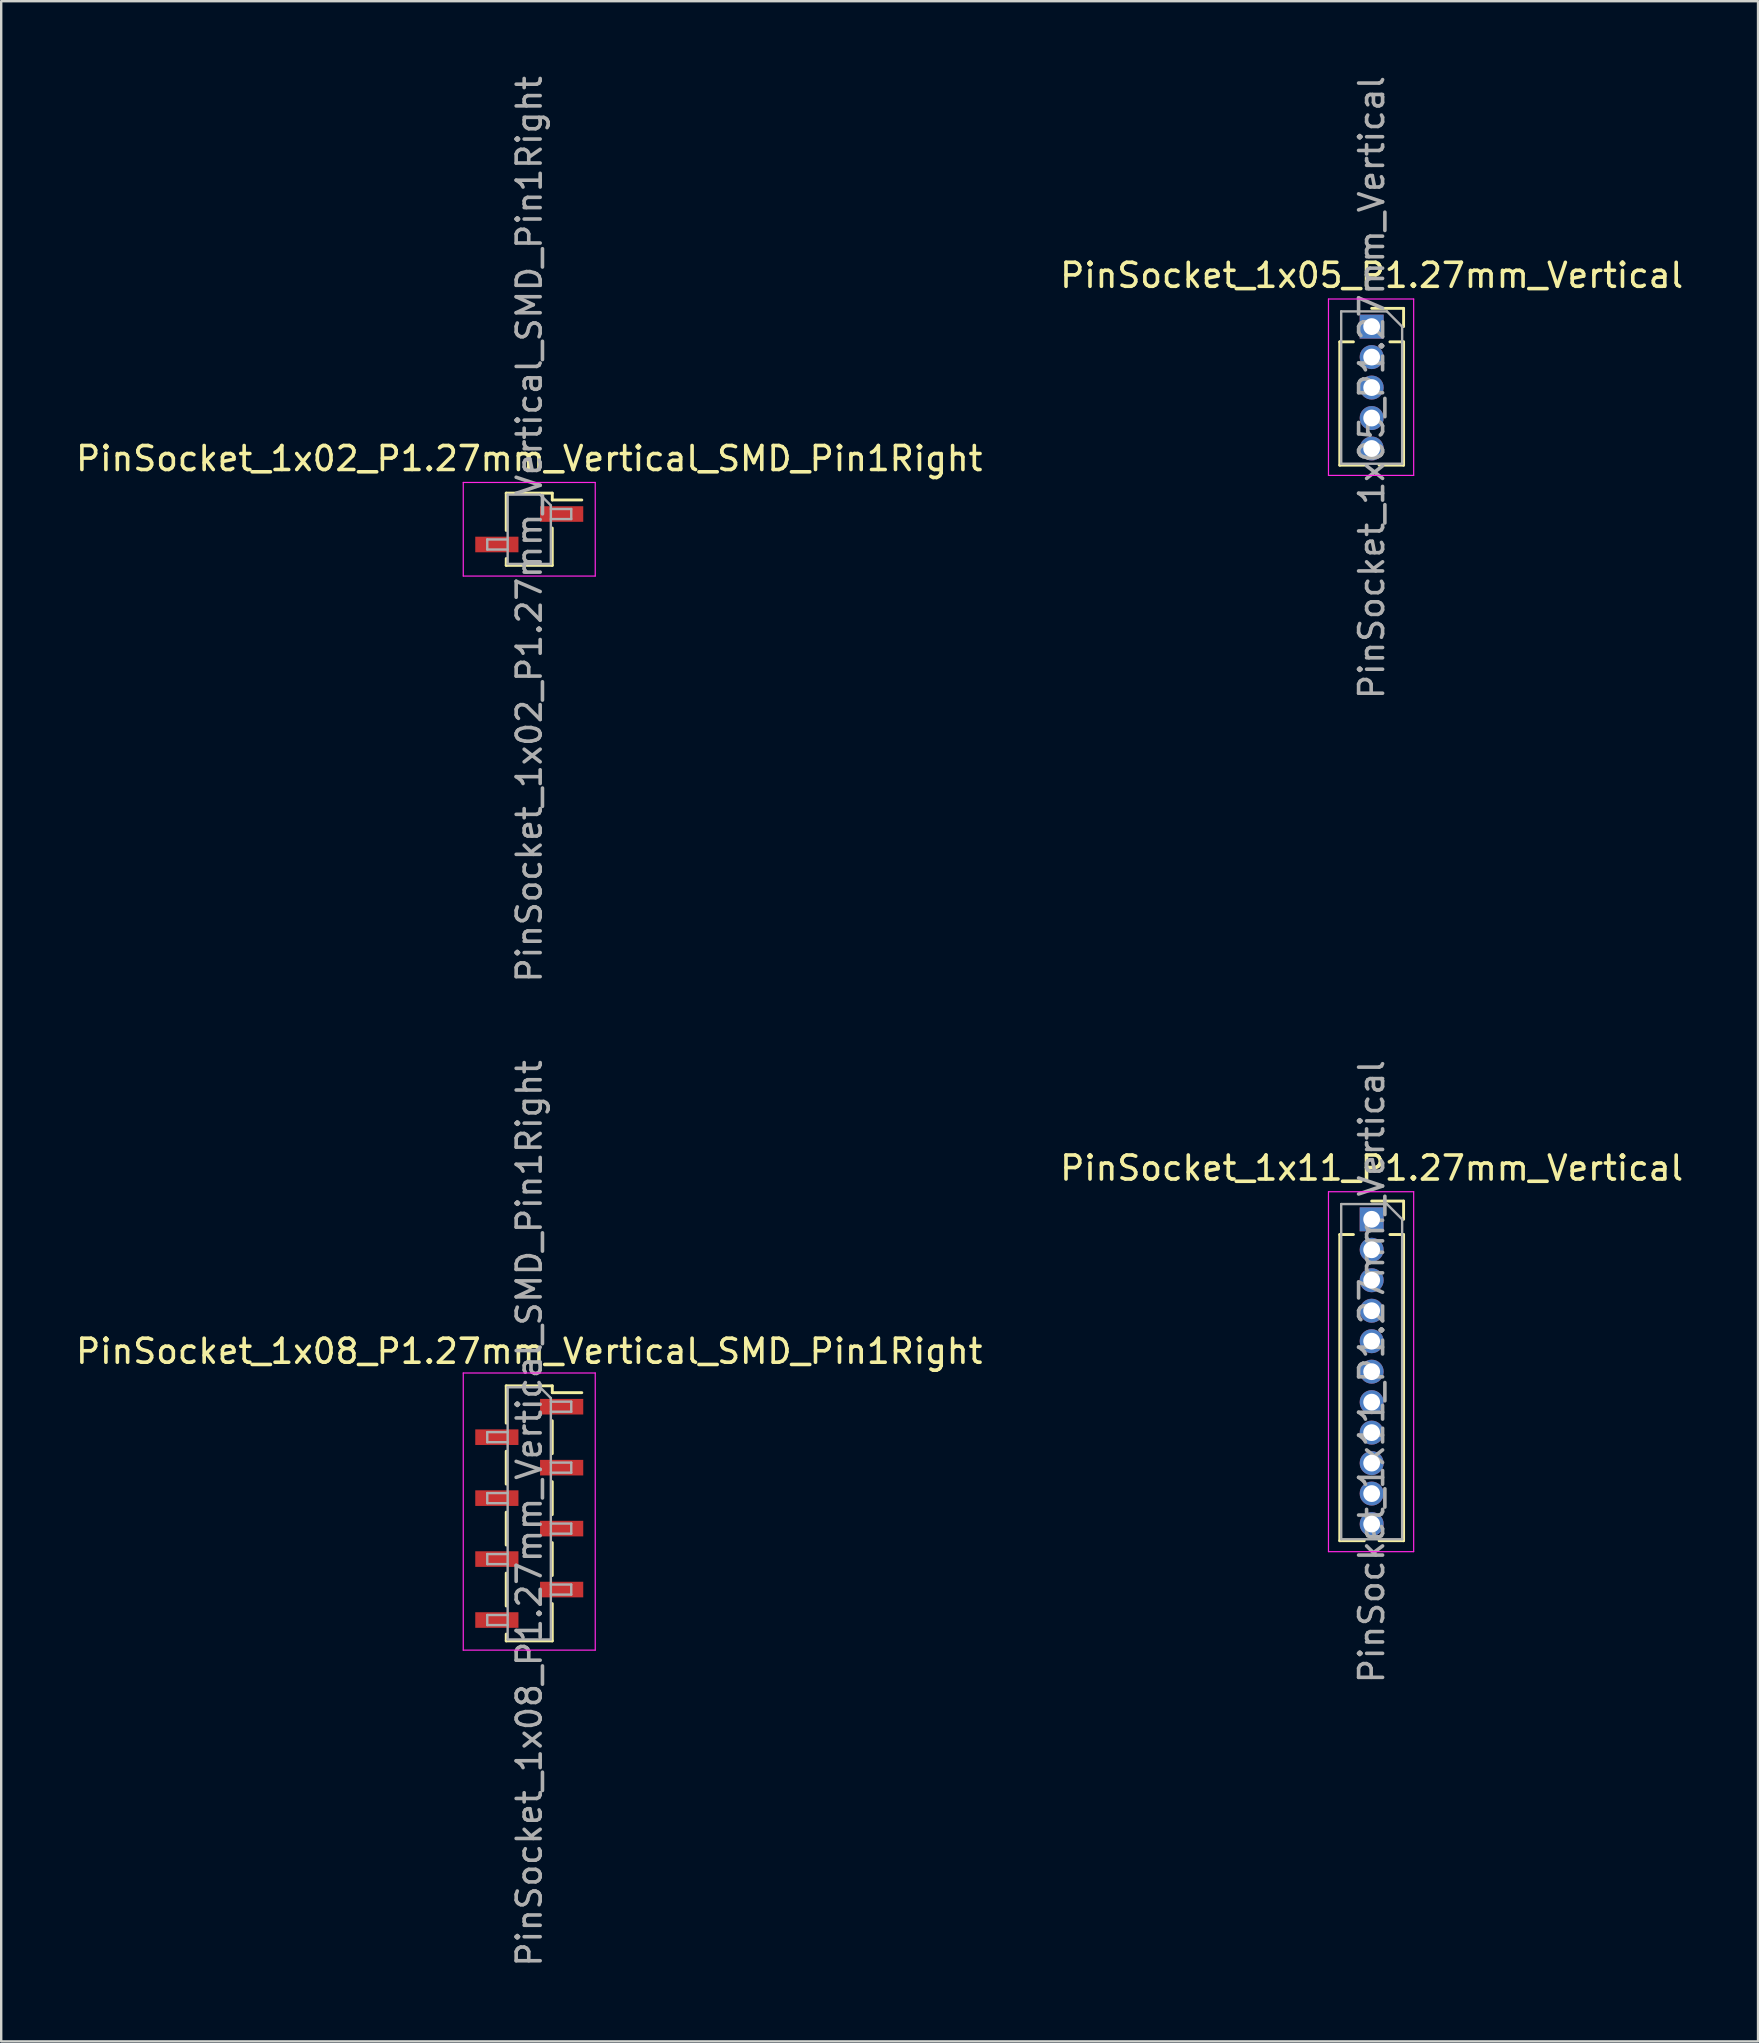
<source format=kicad_pcb>
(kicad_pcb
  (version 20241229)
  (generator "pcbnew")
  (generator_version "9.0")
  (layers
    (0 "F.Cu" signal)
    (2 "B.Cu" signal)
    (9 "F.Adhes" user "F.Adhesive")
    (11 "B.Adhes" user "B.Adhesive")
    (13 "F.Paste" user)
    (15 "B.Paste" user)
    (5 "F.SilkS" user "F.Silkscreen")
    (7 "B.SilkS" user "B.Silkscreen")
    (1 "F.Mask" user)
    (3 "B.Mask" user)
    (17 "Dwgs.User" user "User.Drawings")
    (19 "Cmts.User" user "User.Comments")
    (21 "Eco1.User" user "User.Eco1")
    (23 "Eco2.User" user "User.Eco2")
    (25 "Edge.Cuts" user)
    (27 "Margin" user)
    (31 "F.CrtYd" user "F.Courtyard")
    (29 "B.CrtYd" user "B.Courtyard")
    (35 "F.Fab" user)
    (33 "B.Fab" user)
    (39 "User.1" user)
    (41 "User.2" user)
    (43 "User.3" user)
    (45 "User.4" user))
  (footprint "PinSocket_1x11_P1.27mm_Vertical"
    (layer "F.Cu")
    (at 54.113 47.763)
    (property "Reference" "PinSocket_1x11_P1.27mm_Vertical" (at 0 -2.135 0) (layer "F.SilkS") (effects (font (size 1 1) (thickness 0.15))))
    (attr through_hole)
    (fp_line (start -1.33 0.635) (end -1.33 13.395) (stroke (width 0.12) (type solid)) (layer "F.SilkS"))
    (fp_line (start -1.33 0.635) (end -0.76 0.635) (stroke (width 0.12) (type solid)) (layer "F.SilkS"))
    (fp_line (start -1.33 13.395) (end -0.308 13.395) (stroke (width 0.12) (type solid)) (layer "F.SilkS"))
    (fp_line (start 0 -0.76) (end 1.33 -0.76) (stroke (width 0.12) (type solid)) (layer "F.SilkS"))
    (fp_line (start 0.308 13.395) (end 1.33 13.395) (stroke (width 0.12) (type solid)) (layer "F.SilkS"))
    (fp_line (start 0.76 0.635) (end 1.33 0.635) (stroke (width 0.12) (type solid)) (layer "F.SilkS"))
    (fp_line (start 1.33 -0.76) (end 1.33 0) (stroke (width 0.12) (type solid)) (layer "F.SilkS"))
    (fp_line (start 1.33 0.635) (end 1.33 13.395) (stroke (width 0.12) (type solid)) (layer "F.SilkS"))
    (fp_line (start -1.8 -1.15) (end 1.75 -1.15) (stroke (width 0.05) (type solid)) (layer "F.CrtYd"))
    (fp_line (start -1.8 13.85) (end -1.8 -1.15) (stroke (width 0.05) (type solid)) (layer "F.CrtYd"))
    (fp_line (start 1.75 -1.15) (end 1.75 13.85) (stroke (width 0.05) (type solid)) (layer "F.CrtYd"))
    (fp_line (start 1.75 13.85) (end -1.8 13.85) (stroke (width 0.05) (type solid)) (layer "F.CrtYd"))
    (fp_line (start -1.27 -0.635) (end 0.635 -0.635) (stroke (width 0.1) (type solid)) (layer "F.Fab"))
    (fp_line (start -1.27 13.335) (end -1.27 -0.635) (stroke (width 0.1) (type solid)) (layer "F.Fab"))
    (fp_line (start 0.635 -0.635) (end 1.27 0) (stroke (width 0.1) (type solid)) (layer "F.Fab"))
    (fp_line (start 1.27 0) (end 1.27 13.335) (stroke (width 0.1) (type solid)) (layer "F.Fab"))
    (fp_line (start 1.27 13.335) (end -1.27 13.335) (stroke (width 0.1) (type solid)) (layer "F.Fab"))
    (fp_text user "${REFERENCE}" (at 0 6.35 90) (layer "F.Fab") (effects (font (size 1 1) (thickness 0.15))))
    (pad "1" thru_hole rect (at 0 0) (size 1 1) (drill 0.7) (layers "*.Cu" "*.Mask"))
    (pad "2" thru_hole oval (at 0 1.27) (size 1 1) (drill 0.7) (layers "*.Cu" "*.Mask"))
    (pad "3" thru_hole oval (at 0 2.54) (size 1 1) (drill 0.7) (layers "*.Cu" "*.Mask"))
    (pad "4" thru_hole oval (at 0 3.81) (size 1 1) (drill 0.7) (layers "*.Cu" "*.Mask"))
    (pad "5" thru_hole oval (at 0 5.08) (size 1 1) (drill 0.7) (layers "*.Cu" "*.Mask"))
    (pad "6" thru_hole oval (at 0 6.35) (size 1 1) (drill 0.7) (layers "*.Cu" "*.Mask"))
    (pad "7" thru_hole oval (at 0 7.62) (size 1 1) (drill 0.7) (layers "*.Cu" "*.Mask"))
    (pad "8" thru_hole oval (at 0 8.89) (size 1 1) (drill 0.7) (layers "*.Cu" "*.Mask"))
    (pad "9" thru_hole oval (at 0 10.16) (size 1 1) (drill 0.7) (layers "*.Cu" "*.Mask"))
    (pad "10" thru_hole oval (at 0 11.43) (size 1 1) (drill 0.7) (layers "*.Cu" "*.Mask"))
    (pad "11" thru_hole oval (at 0 12.7) (size 1 1) (drill 0.7) (layers "*.Cu" "*.Mask")))
  (footprint "PinSocket_1x02_P1.27mm_Vertical_SMD_Pin1Right"
    (layer "F.Cu")
    (at 19.006 19.006)
    (property "Reference" "PinSocket_1x02_P1.27mm_Vertical_SMD_Pin1Right" (at 0 -2.945 0) (layer "F.SilkS") (effects (font (size 1 1) (thickness 0.15))))
    (attr smd)
    (fp_line (start -0.96 -1.505) (end -0.96 0.05) (stroke (width 0.12) (type solid)) (layer "F.SilkS"))
    (fp_line (start -0.96 -1.505) (end 0.96 -1.505) (stroke (width 0.12) (type solid)) (layer "F.SilkS"))
    (fp_line (start -0.96 1.22) (end -0.96 1.505) (stroke (width 0.12) (type solid)) (layer "F.SilkS"))
    (fp_line (start -0.96 1.505) (end 0.96 1.505) (stroke (width 0.12) (type solid)) (layer "F.SilkS"))
    (fp_line (start 0.96 -1.505) (end 0.96 -1.22) (stroke (width 0.12) (type solid)) (layer "F.SilkS"))
    (fp_line (start 0.96 -1.22) (end 2.19 -1.22) (stroke (width 0.12) (type solid)) (layer "F.SilkS"))
    (fp_line (start 0.96 -0.05) (end 0.96 1.505) (stroke (width 0.12) (type solid)) (layer "F.SilkS"))
    (fp_line (start -2.75 -1.95) (end 2.75 -1.95) (stroke (width 0.05) (type solid)) (layer "F.CrtYd"))
    (fp_line (start -2.75 1.95) (end -2.75 -1.95) (stroke (width 0.05) (type solid)) (layer "F.CrtYd"))
    (fp_line (start 2.75 -1.95) (end 2.75 1.95) (stroke (width 0.05) (type solid)) (layer "F.CrtYd"))
    (fp_line (start 2.75 1.95) (end -2.75 1.95) (stroke (width 0.05) (type solid)) (layer "F.CrtYd"))
    (fp_line (start -1.75 0.425) (end -0.9 0.425) (stroke (width 0.1) (type solid)) (layer "F.Fab"))
    (fp_line (start -1.75 0.845) (end -1.75 0.425) (stroke (width 0.1) (type solid)) (layer "F.Fab"))
    (fp_line (start -0.9 -1.445) (end 0.45 -1.445) (stroke (width 0.1) (type solid)) (layer "F.Fab"))
    (fp_line (start -0.9 0.845) (end -1.75 0.845) (stroke (width 0.1) (type solid)) (layer "F.Fab"))
    (fp_line (start -0.9 1.445) (end -0.9 -1.445) (stroke (width 0.1) (type solid)) (layer "F.Fab"))
    (fp_line (start 0.45 -1.445) (end 0.9 -0.995) (stroke (width 0.1) (type solid)) (layer "F.Fab"))
    (fp_line (start 0.9 -0.995) (end 0.9 1.445) (stroke (width 0.1) (type solid)) (layer "F.Fab"))
    (fp_line (start 0.9 -0.845) (end 1.75 -0.845) (stroke (width 0.1) (type solid)) (layer "F.Fab"))
    (fp_line (start 0.9 1.445) (end -0.9 1.445) (stroke (width 0.1) (type solid)) (layer "F.Fab"))
    (fp_line (start 1.75 -0.845) (end 1.75 -0.425) (stroke (width 0.1) (type solid)) (layer "F.Fab"))
    (fp_line (start 1.75 -0.425) (end 0.9 -0.425) (stroke (width 0.1) (type solid)) (layer "F.Fab"))
    (fp_text user "${REFERENCE}" (at 0 0 90) (layer "F.Fab") (effects (font (size 1 1) (thickness 0.15))))
    (pad "1" smd rect (at 1.35 -0.635) (size 1.8 0.65) (layers "F.Cu" "F.Mask" "F.Paste"))
    (pad "2" smd rect (at -1.35 0.635) (size 1.8 0.65) (layers "F.Cu" "F.Mask" "F.Paste")))
  (footprint "PinSocket_1x08_P1.27mm_Vertical_SMD_Pin1Right"
    (layer "F.Cu")
    (at 19.006 60.018)
    (property "Reference" "PinSocket_1x08_P1.27mm_Vertical_SMD_Pin1Right" (at 0 -6.755 0) (layer "F.SilkS") (effects (font (size 1 1) (thickness 0.15))))
    (attr smd)
    (fp_line (start -0.96 -5.315) (end -0.96 -3.76) (stroke (width 0.12) (type solid)) (layer "F.SilkS"))
    (fp_line (start -0.96 -5.315) (end 0.96 -5.315) (stroke (width 0.12) (type solid)) (layer "F.SilkS"))
    (fp_line (start -0.96 -2.59) (end -0.96 -1.22) (stroke (width 0.12) (type solid)) (layer "F.SilkS"))
    (fp_line (start -0.96 -0.05) (end -0.96 1.32) (stroke (width 0.12) (type solid)) (layer "F.SilkS"))
    (fp_line (start -0.96 2.49) (end -0.96 3.86) (stroke (width 0.12) (type solid)) (layer "F.SilkS"))
    (fp_line (start -0.96 5.03) (end -0.96 5.315) (stroke (width 0.12) (type solid)) (layer "F.SilkS"))
    (fp_line (start -0.96 5.315) (end 0.96 5.315) (stroke (width 0.12) (type solid)) (layer "F.SilkS"))
    (fp_line (start 0.96 -5.315) (end 0.96 -5.03) (stroke (width 0.12) (type solid)) (layer "F.SilkS"))
    (fp_line (start 0.96 -5.03) (end 2.19 -5.03) (stroke (width 0.12) (type solid)) (layer "F.SilkS"))
    (fp_line (start 0.96 -3.86) (end 0.96 -2.49) (stroke (width 0.12) (type solid)) (layer "F.SilkS"))
    (fp_line (start 0.96 -1.32) (end 0.96 0.05) (stroke (width 0.12) (type solid)) (layer "F.SilkS"))
    (fp_line (start 0.96 1.22) (end 0.96 2.59) (stroke (width 0.12) (type solid)) (layer "F.SilkS"))
    (fp_line (start 0.96 3.76) (end 0.96 5.315) (stroke (width 0.12) (type solid)) (layer "F.SilkS"))
    (fp_line (start -2.75 -5.85) (end 2.75 -5.85) (stroke (width 0.05) (type solid)) (layer "F.CrtYd"))
    (fp_line (start -2.75 5.7) (end -2.75 -5.85) (stroke (width 0.05) (type solid)) (layer "F.CrtYd"))
    (fp_line (start 2.75 -5.85) (end 2.75 5.7) (stroke (width 0.05) (type solid)) (layer "F.CrtYd"))
    (fp_line (start 2.75 5.7) (end -2.75 5.7) (stroke (width 0.05) (type solid)) (layer "F.CrtYd"))
    (fp_line (start -1.75 -3.385) (end -0.9 -3.385) (stroke (width 0.1) (type solid)) (layer "F.Fab"))
    (fp_line (start -1.75 -2.965) (end -1.75 -3.385) (stroke (width 0.1) (type solid)) (layer "F.Fab"))
    (fp_line (start -1.75 -0.845) (end -0.9 -0.845) (stroke (width 0.1) (type solid)) (layer "F.Fab"))
    (fp_line (start -1.75 -0.425) (end -1.75 -0.845) (stroke (width 0.1) (type solid)) (layer "F.Fab"))
    (fp_line (start -1.75 1.695) (end -0.9 1.695) (stroke (width 0.1) (type solid)) (layer "F.Fab"))
    (fp_line (start -1.75 2.115) (end -1.75 1.695) (stroke (width 0.1) (type solid)) (layer "F.Fab"))
    (fp_line (start -1.75 4.235) (end -0.9 4.235) (stroke (width 0.1) (type solid)) (layer "F.Fab"))
    (fp_line (start -1.75 4.655) (end -1.75 4.235) (stroke (width 0.1) (type solid)) (layer "F.Fab"))
    (fp_line (start -0.9 -5.255) (end 0.45 -5.255) (stroke (width 0.1) (type solid)) (layer "F.Fab"))
    (fp_line (start -0.9 -2.965) (end -1.75 -2.965) (stroke (width 0.1) (type solid)) (layer "F.Fab"))
    (fp_line (start -0.9 -0.425) (end -1.75 -0.425) (stroke (width 0.1) (type solid)) (layer "F.Fab"))
    (fp_line (start -0.9 2.115) (end -1.75 2.115) (stroke (width 0.1) (type solid)) (layer "F.Fab"))
    (fp_line (start -0.9 4.655) (end -1.75 4.655) (stroke (width 0.1) (type solid)) (layer "F.Fab"))
    (fp_line (start -0.9 5.255) (end -0.9 -5.255) (stroke (width 0.1) (type solid)) (layer "F.Fab"))
    (fp_line (start 0.45 -5.255) (end 0.9 -4.805) (stroke (width 0.1) (type solid)) (layer "F.Fab"))
    (fp_line (start 0.9 -4.805) (end 0.9 5.255) (stroke (width 0.1) (type solid)) (layer "F.Fab"))
    (fp_line (start 0.9 -4.655) (end 1.75 -4.655) (stroke (width 0.1) (type solid)) (layer "F.Fab"))
    (fp_line (start 0.9 -2.115) (end 1.75 -2.115) (stroke (width 0.1) (type solid)) (layer "F.Fab"))
    (fp_line (start 0.9 0.425) (end 1.75 0.425) (stroke (width 0.1) (type solid)) (layer "F.Fab"))
    (fp_line (start 0.9 2.965) (end 1.75 2.965) (stroke (width 0.1) (type solid)) (layer "F.Fab"))
    (fp_line (start 0.9 5.255) (end -0.9 5.255) (stroke (width 0.1) (type solid)) (layer "F.Fab"))
    (fp_line (start 1.75 -4.655) (end 1.75 -4.235) (stroke (width 0.1) (type solid)) (layer "F.Fab"))
    (fp_line (start 1.75 -4.235) (end 0.9 -4.235) (stroke (width 0.1) (type solid)) (layer "F.Fab"))
    (fp_line (start 1.75 -2.115) (end 1.75 -1.695) (stroke (width 0.1) (type solid)) (layer "F.Fab"))
    (fp_line (start 1.75 -1.695) (end 0.9 -1.695) (stroke (width 0.1) (type solid)) (layer "F.Fab"))
    (fp_line (start 1.75 0.425) (end 1.75 0.845) (stroke (width 0.1) (type solid)) (layer "F.Fab"))
    (fp_line (start 1.75 0.845) (end 0.9 0.845) (stroke (width 0.1) (type solid)) (layer "F.Fab"))
    (fp_line (start 1.75 2.965) (end 1.75 3.385) (stroke (width 0.1) (type solid)) (layer "F.Fab"))
    (fp_line (start 1.75 3.385) (end 0.9 3.385) (stroke (width 0.1) (type solid)) (layer "F.Fab"))
    (fp_text user "${REFERENCE}" (at 0 0 90) (layer "F.Fab") (effects (font (size 1 1) (thickness 0.15))))
    (pad "1" smd rect (at 1.35 -4.445) (size 1.8 0.65) (layers "F.Cu" "F.Mask" "F.Paste"))
    (pad "2" smd rect (at -1.35 -3.175) (size 1.8 0.65) (layers "F.Cu" "F.Mask" "F.Paste"))
    (pad "3" smd rect (at 1.35 -1.905) (size 1.8 0.65) (layers "F.Cu" "F.Mask" "F.Paste"))
    (pad "4" smd rect (at -1.35 -0.635) (size 1.8 0.65) (layers "F.Cu" "F.Mask" "F.Paste"))
    (pad "5" smd rect (at 1.35 0.635) (size 1.8 0.65) (layers "F.Cu" "F.Mask" "F.Paste"))
    (pad "6" smd rect (at -1.35 1.905) (size 1.8 0.65) (layers "F.Cu" "F.Mask" "F.Paste"))
    (pad "7" smd rect (at 1.35 3.175) (size 1.8 0.65) (layers "F.Cu" "F.Mask" "F.Paste"))
    (pad "8" smd rect (at -1.35 4.445) (size 1.8 0.65) (layers "F.Cu" "F.Mask" "F.Paste")))
  (footprint "PinSocket_1x05_P1.27mm_Vertical"
    (layer "F.Cu")
    (at 54.113 10.561)
    (property "Reference" "PinSocket_1x05_P1.27mm_Vertical" (at 0 -2.135 0) (layer "F.SilkS") (effects (font (size 1 1) (thickness 0.15))))
    (attr through_hole)
    (fp_line (start -1.33 0.635) (end -1.33 5.775) (stroke (width 0.12) (type solid)) (layer "F.SilkS"))
    (fp_line (start -1.33 0.635) (end -0.76 0.635) (stroke (width 0.12) (type solid)) (layer "F.SilkS"))
    (fp_line (start -1.33 5.775) (end -0.308 5.775) (stroke (width 0.12) (type solid)) (layer "F.SilkS"))
    (fp_line (start 0 -0.76) (end 1.33 -0.76) (stroke (width 0.12) (type solid)) (layer "F.SilkS"))
    (fp_line (start 0.308 5.775) (end 1.33 5.775) (stroke (width 0.12) (type solid)) (layer "F.SilkS"))
    (fp_line (start 0.76 0.635) (end 1.33 0.635) (stroke (width 0.12) (type solid)) (layer "F.SilkS"))
    (fp_line (start 1.33 -0.76) (end 1.33 0) (stroke (width 0.12) (type solid)) (layer "F.SilkS"))
    (fp_line (start 1.33 0.635) (end 1.33 5.775) (stroke (width 0.12) (type solid)) (layer "F.SilkS"))
    (fp_line (start -1.8 -1.15) (end 1.75 -1.15) (stroke (width 0.05) (type solid)) (layer "F.CrtYd"))
    (fp_line (start -1.8 6.2) (end -1.8 -1.15) (stroke (width 0.05) (type solid)) (layer "F.CrtYd"))
    (fp_line (start 1.75 -1.15) (end 1.75 6.2) (stroke (width 0.05) (type solid)) (layer "F.CrtYd"))
    (fp_line (start 1.75 6.2) (end -1.8 6.2) (stroke (width 0.05) (type solid)) (layer "F.CrtYd"))
    (fp_line (start -1.27 -0.635) (end 0.635 -0.635) (stroke (width 0.1) (type solid)) (layer "F.Fab"))
    (fp_line (start -1.27 5.715) (end -1.27 -0.635) (stroke (width 0.1) (type solid)) (layer "F.Fab"))
    (fp_line (start 0.635 -0.635) (end 1.27 0) (stroke (width 0.1) (type solid)) (layer "F.Fab"))
    (fp_line (start 1.27 0) (end 1.27 5.715) (stroke (width 0.1) (type solid)) (layer "F.Fab"))
    (fp_line (start 1.27 5.715) (end -1.27 5.715) (stroke (width 0.1) (type solid)) (layer "F.Fab"))
    (fp_text user "${REFERENCE}" (at 0 2.54 90) (layer "F.Fab") (effects (font (size 1 1) (thickness 0.15))))
    (pad "1" thru_hole rect (at 0 0) (size 1 1) (drill 0.7) (layers "*.Cu" "*.Mask"))
    (pad "2" thru_hole oval (at 0 1.27) (size 1 1) (drill 0.7) (layers "*.Cu" "*.Mask"))
    (pad "3" thru_hole oval (at 0 2.54) (size 1 1) (drill 0.7) (layers "*.Cu" "*.Mask"))
    (pad "4" thru_hole oval (at 0 3.81) (size 1 1) (drill 0.7) (layers "*.Cu" "*.Mask"))
    (pad "5" thru_hole oval (at 0 5.08) (size 1 1) (drill 0.7) (layers "*.Cu" "*.Mask")))
  (gr_rect
    (start -3 -3)
    (end 70.214 82.024)
    (stroke (width 0.1) (type default))
    (fill no)
    (layer "Edge.Cuts")))
</source>
